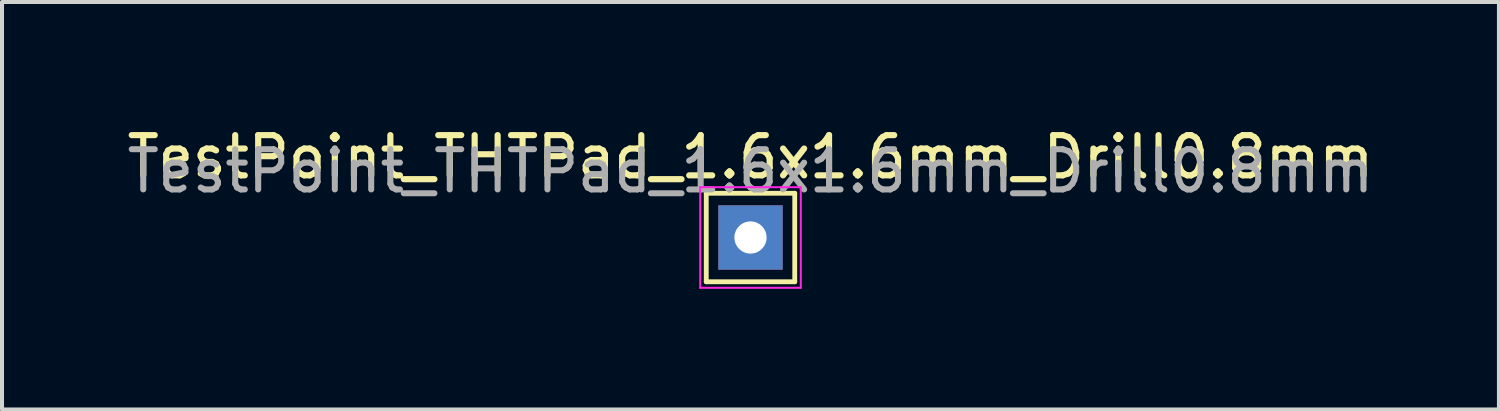
<source format=kicad_pcb>
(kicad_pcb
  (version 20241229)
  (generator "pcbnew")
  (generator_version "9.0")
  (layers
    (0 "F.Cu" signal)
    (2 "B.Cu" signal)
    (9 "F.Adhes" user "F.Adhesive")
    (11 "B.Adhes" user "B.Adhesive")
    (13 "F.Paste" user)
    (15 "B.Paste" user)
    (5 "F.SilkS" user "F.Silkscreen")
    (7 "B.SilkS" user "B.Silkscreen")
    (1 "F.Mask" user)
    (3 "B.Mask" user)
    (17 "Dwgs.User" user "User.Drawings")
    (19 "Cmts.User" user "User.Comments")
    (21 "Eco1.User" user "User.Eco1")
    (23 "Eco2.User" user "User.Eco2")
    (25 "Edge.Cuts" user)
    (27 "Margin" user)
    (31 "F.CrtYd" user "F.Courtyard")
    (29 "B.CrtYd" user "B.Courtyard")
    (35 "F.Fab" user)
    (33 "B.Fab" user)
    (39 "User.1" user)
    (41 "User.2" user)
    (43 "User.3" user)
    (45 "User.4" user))
  (footprint "TestPoint_THTPad_1.6x1.6mm_Drill0.8mm"
    (layer "F.Cu")
    (at 15.606 2.854)
    (property "Reference" "TestPoint_THTPad_1.6x1.6mm_Drill0.8mm" (at 0 -2 0) (layer "F.SilkS") (effects (font (size 1 1) (thickness 0.153))))
    (attr exclude_from_pos_files)
    (fp_line (start -1.1 -1.1) (end 1.1 -1.1) (stroke (width 0.12) (type solid)) (layer "F.SilkS"))
    (fp_line (start -1.1 1.1) (end -1.1 -1.1) (stroke (width 0.12) (type solid)) (layer "F.SilkS"))
    (fp_line (start 1.1 -1.1) (end 1.1 1.1) (stroke (width 0.12) (type solid)) (layer "F.SilkS"))
    (fp_line (start 1.1 1.1) (end -1.1 1.1) (stroke (width 0.12) (type solid)) (layer "F.SilkS"))
    (fp_line (start -1.25 -1.25) (end -1.25 1.25) (stroke (width 0.05) (type solid)) (layer "F.CrtYd"))
    (fp_line (start -1.25 -1.25) (end 1.25 -1.25) (stroke (width 0.05) (type solid)) (layer "F.CrtYd"))
    (fp_line (start 1.25 1.25) (end -1.25 1.25) (stroke (width 0.05) (type solid)) (layer "F.CrtYd"))
    (fp_line (start 1.25 1.25) (end 1.25 -1.25) (stroke (width 0.05) (type solid)) (layer "F.CrtYd"))
    (fp_text user "${REFERENCE}" (at 0 -1.65 0) (layer "F.Fab") (effects (font (size 1 1) (thickness 0.15))))
    (pad "1" thru_hole rect (at 0 0) (size 1.6 1.6) (drill 0.8) (layers "*.Cu" "*.Mask")))
  (gr_rect
    (start -3 -3)
    (end 34.211 7.129)
    (stroke (width 0.1) (type default))
    (fill no)
    (layer "Edge.Cuts")))
</source>
